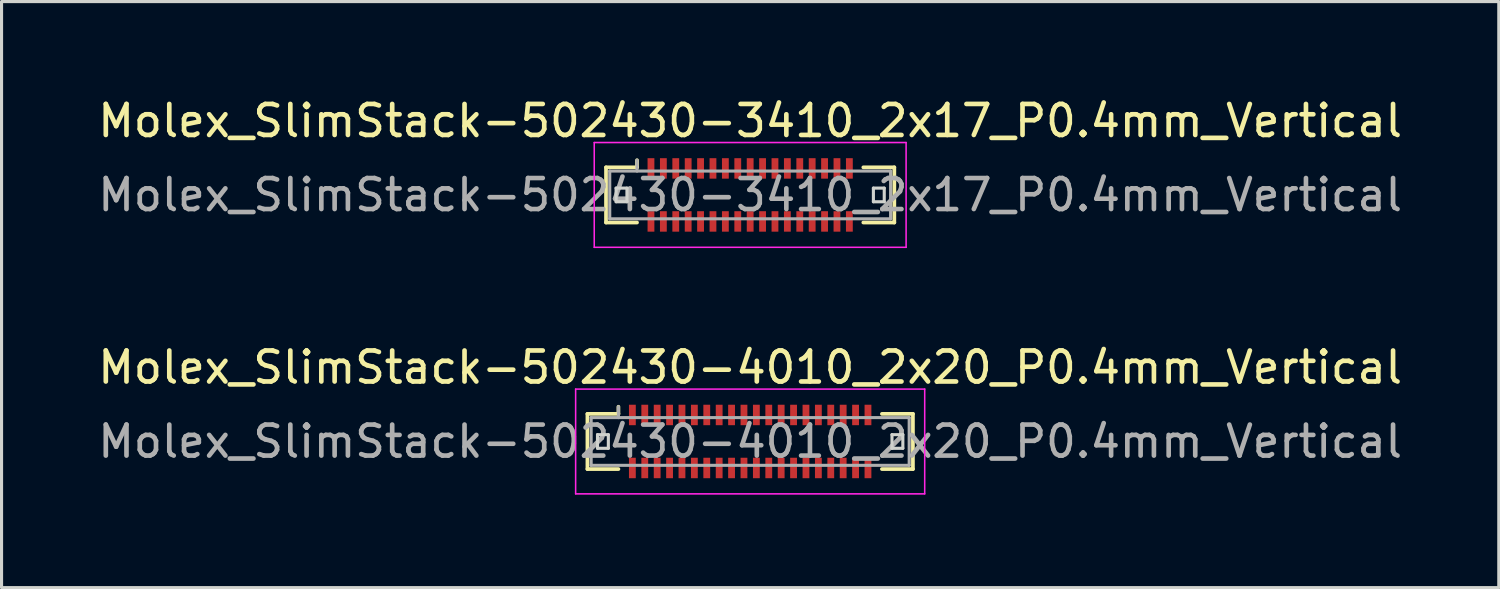
<source format=kicad_pcb>
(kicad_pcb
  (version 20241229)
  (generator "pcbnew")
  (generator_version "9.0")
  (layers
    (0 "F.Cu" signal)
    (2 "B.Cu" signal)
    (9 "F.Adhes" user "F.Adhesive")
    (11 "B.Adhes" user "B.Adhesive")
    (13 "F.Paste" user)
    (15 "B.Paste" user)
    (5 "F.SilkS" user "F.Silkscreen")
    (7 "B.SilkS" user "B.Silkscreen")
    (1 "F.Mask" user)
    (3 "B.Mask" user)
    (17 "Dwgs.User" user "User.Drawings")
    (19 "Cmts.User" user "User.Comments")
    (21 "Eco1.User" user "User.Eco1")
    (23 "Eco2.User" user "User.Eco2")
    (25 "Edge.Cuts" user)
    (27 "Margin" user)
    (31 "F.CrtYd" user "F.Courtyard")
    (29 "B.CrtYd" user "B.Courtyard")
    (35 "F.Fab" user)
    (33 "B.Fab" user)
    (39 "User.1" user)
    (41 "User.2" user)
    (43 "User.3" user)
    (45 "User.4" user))
  (footprint "Molex_SlimStack-502430-4010_2x20_P0.4mm_Vertical"
    (layer "F.Cu")
    (at 21.149 11.191)
    (property "Reference" "Molex_SlimStack-502430-4010_2x20_P0.4mm_Vertical" (at 0 -2.39 0) (layer "F.SilkS") (effects (font (size 1 1) (thickness 0.15))))
    (attr smd)
    (fp_line (start -5.25 -0.89) (end -4.25 -0.89) (stroke (width 0.12) (type solid)) (layer "F.SilkS"))
    (fp_line (start -5.25 0.89) (end -5.25 -0.89) (stroke (width 0.12) (type solid)) (layer "F.SilkS"))
    (fp_line (start -4.25 -0.89) (end -4.25 -1.12) (stroke (width 0.12) (type solid)) (layer "F.SilkS"))
    (fp_line (start -4.25 0.89) (end -5.25 0.89) (stroke (width 0.12) (type solid)) (layer "F.SilkS"))
    (fp_line (start 4.25 0.89) (end 5.25 0.89) (stroke (width 0.12) (type solid)) (layer "F.SilkS"))
    (fp_line (start 5.25 -0.89) (end 4.25 -0.89) (stroke (width 0.12) (type solid)) (layer "F.SilkS"))
    (fp_line (start 5.25 0.89) (end 5.25 -0.89) (stroke (width 0.12) (type solid)) (layer "F.SilkS"))
    (fp_line (start -4.925 -0.22) (end -4.925 0.22) (stroke (width 0.1) (type solid)) (layer "Edge.Cuts"))
    (fp_line (start -4.925 0.22) (end -4.575 0.22) (stroke (width 0.1) (type solid)) (layer "Edge.Cuts"))
    (fp_line (start -4.575 -0.22) (end -4.925 -0.22) (stroke (width 0.1) (type solid)) (layer "Edge.Cuts"))
    (fp_line (start -4.575 0.22) (end -4.575 -0.22) (stroke (width 0.1) (type solid)) (layer "Edge.Cuts"))
    (fp_line (start 4.575 -0.22) (end 4.575 0.22) (stroke (width 0.1) (type solid)) (layer "Edge.Cuts"))
    (fp_line (start 4.575 0.22) (end 4.925 0.22) (stroke (width 0.1) (type solid)) (layer "Edge.Cuts"))
    (fp_line (start 4.925 -0.22) (end 4.575 -0.22) (stroke (width 0.1) (type solid)) (layer "Edge.Cuts"))
    (fp_line (start 4.925 0.22) (end 4.925 -0.22) (stroke (width 0.1) (type solid)) (layer "Edge.Cuts"))
    (fp_line (start -5.63 -1.69) (end -5.63 1.69) (stroke (width 0.05) (type solid)) (layer "F.CrtYd"))
    (fp_line (start -5.63 1.69) (end 5.63 1.69) (stroke (width 0.05) (type solid)) (layer "F.CrtYd"))
    (fp_line (start 5.63 -1.69) (end -5.63 -1.69) (stroke (width 0.05) (type solid)) (layer "F.CrtYd"))
    (fp_line (start 5.63 1.69) (end 5.63 -1.69) (stroke (width 0.05) (type solid)) (layer "F.CrtYd"))
    (fp_line (start -5.13 -0.77) (end -5.13 0.77) (stroke (width 0.1) (type solid)) (layer "F.Fab"))
    (fp_line (start -5.13 0.77) (end 5.13 0.77) (stroke (width 0.1) (type solid)) (layer "F.Fab"))
    (fp_line (start -4.25 -0.77) (end -4.25 -1.12) (stroke (width 0.1) (type solid)) (layer "F.Fab"))
    (fp_line (start 5.13 -0.77) (end -5.13 -0.77) (stroke (width 0.1) (type solid)) (layer "F.Fab"))
    (fp_line (start 5.13 0.77) (end 5.13 -0.77) (stroke (width 0.1) (type solid)) (layer "F.Fab"))
    (fp_text user "${REFERENCE}" (at 0 0 0) (layer "F.Fab") (effects (font (size 1 1) (thickness 0.15))))
    (pad "1" smd rect (at -3.8 -0.855) (size 0.22 0.66) (layers "F.Cu" "F.Mask" "F.Paste"))
    (pad "2" smd rect (at -3.8 0.855) (size 0.22 0.66) (layers "F.Cu" "F.Mask" "F.Paste"))
    (pad "3" smd rect (at -3.4 -0.855) (size 0.22 0.66) (layers "F.Cu" "F.Mask" "F.Paste"))
    (pad "4" smd rect (at -3.4 0.855) (size 0.22 0.66) (layers "F.Cu" "F.Mask" "F.Paste"))
    (pad "5" smd rect (at -3 -0.855) (size 0.22 0.66) (layers "F.Cu" "F.Mask" "F.Paste"))
    (pad "6" smd rect (at -3 0.855) (size 0.22 0.66) (layers "F.Cu" "F.Mask" "F.Paste"))
    (pad "7" smd rect (at -2.6 -0.855) (size 0.22 0.66) (layers "F.Cu" "F.Mask" "F.Paste"))
    (pad "8" smd rect (at -2.6 0.855) (size 0.22 0.66) (layers "F.Cu" "F.Mask" "F.Paste"))
    (pad "9" smd rect (at -2.2 -0.855) (size 0.22 0.66) (layers "F.Cu" "F.Mask" "F.Paste"))
    (pad "10" smd rect (at -2.2 0.855) (size 0.22 0.66) (layers "F.Cu" "F.Mask" "F.Paste"))
    (pad "11" smd rect (at -1.8 -0.855) (size 0.22 0.66) (layers "F.Cu" "F.Mask" "F.Paste"))
    (pad "12" smd rect (at -1.8 0.855) (size 0.22 0.66) (layers "F.Cu" "F.Mask" "F.Paste"))
    (pad "13" smd rect (at -1.4 -0.855) (size 0.22 0.66) (layers "F.Cu" "F.Mask" "F.Paste"))
    (pad "14" smd rect (at -1.4 0.855) (size 0.22 0.66) (layers "F.Cu" "F.Mask" "F.Paste"))
    (pad "15" smd rect (at -1 -0.855) (size 0.22 0.66) (layers "F.Cu" "F.Mask" "F.Paste"))
    (pad "16" smd rect (at -1 0.855) (size 0.22 0.66) (layers "F.Cu" "F.Mask" "F.Paste"))
    (pad "17" smd rect (at -0.6 -0.855) (size 0.22 0.66) (layers "F.Cu" "F.Mask" "F.Paste"))
    (pad "18" smd rect (at -0.6 0.855) (size 0.22 0.66) (layers "F.Cu" "F.Mask" "F.Paste"))
    (pad "19" smd rect (at -0.2 -0.855) (size 0.22 0.66) (layers "F.Cu" "F.Mask" "F.Paste"))
    (pad "20" smd rect (at -0.2 0.855) (size 0.22 0.66) (layers "F.Cu" "F.Mask" "F.Paste"))
    (pad "21" smd rect (at 0.2 -0.855) (size 0.22 0.66) (layers "F.Cu" "F.Mask" "F.Paste"))
    (pad "22" smd rect (at 0.2 0.855) (size 0.22 0.66) (layers "F.Cu" "F.Mask" "F.Paste"))
    (pad "23" smd rect (at 0.6 -0.855) (size 0.22 0.66) (layers "F.Cu" "F.Mask" "F.Paste"))
    (pad "24" smd rect (at 0.6 0.855) (size 0.22 0.66) (layers "F.Cu" "F.Mask" "F.Paste"))
    (pad "25" smd rect (at 1 -0.855) (size 0.22 0.66) (layers "F.Cu" "F.Mask" "F.Paste"))
    (pad "26" smd rect (at 1 0.855) (size 0.22 0.66) (layers "F.Cu" "F.Mask" "F.Paste"))
    (pad "27" smd rect (at 1.4 -0.855) (size 0.22 0.66) (layers "F.Cu" "F.Mask" "F.Paste"))
    (pad "28" smd rect (at 1.4 0.855) (size 0.22 0.66) (layers "F.Cu" "F.Mask" "F.Paste"))
    (pad "29" smd rect (at 1.8 -0.855) (size 0.22 0.66) (layers "F.Cu" "F.Mask" "F.Paste"))
    (pad "30" smd rect (at 1.8 0.855) (size 0.22 0.66) (layers "F.Cu" "F.Mask" "F.Paste"))
    (pad "31" smd rect (at 2.2 -0.855) (size 0.22 0.66) (layers "F.Cu" "F.Mask" "F.Paste"))
    (pad "32" smd rect (at 2.2 0.855) (size 0.22 0.66) (layers "F.Cu" "F.Mask" "F.Paste"))
    (pad "33" smd rect (at 2.6 -0.855) (size 0.22 0.66) (layers "F.Cu" "F.Mask" "F.Paste"))
    (pad "34" smd rect (at 2.6 0.855) (size 0.22 0.66) (layers "F.Cu" "F.Mask" "F.Paste"))
    (pad "35" smd rect (at 3 -0.855) (size 0.22 0.66) (layers "F.Cu" "F.Mask" "F.Paste"))
    (pad "36" smd rect (at 3 0.855) (size 0.22 0.66) (layers "F.Cu" "F.Mask" "F.Paste"))
    (pad "37" smd rect (at 3.4 -0.855) (size 0.22 0.66) (layers "F.Cu" "F.Mask" "F.Paste"))
    (pad "38" smd rect (at 3.4 0.855) (size 0.22 0.66) (layers "F.Cu" "F.Mask" "F.Paste"))
    (pad "39" smd rect (at 3.8 -0.855) (size 0.22 0.66) (layers "F.Cu" "F.Mask" "F.Paste"))
    (pad "40" smd rect (at 3.8 0.855) (size 0.22 0.66) (layers "F.Cu" "F.Mask" "F.Paste")))
  (footprint "Molex_SlimStack-502430-3410_2x17_P0.4mm_Vertical"
    (layer "F.Cu")
    (at 21.149 3.238)
    (property "Reference" "Molex_SlimStack-502430-3410_2x17_P0.4mm_Vertical" (at 0 -2.39 0) (layer "F.SilkS") (effects (font (size 1 1) (thickness 0.15))))
    (attr smd)
    (fp_line (start -4.65 -0.89) (end -3.65 -0.89) (stroke (width 0.12) (type solid)) (layer "F.SilkS"))
    (fp_line (start -4.65 0.89) (end -4.65 -0.89) (stroke (width 0.12) (type solid)) (layer "F.SilkS"))
    (fp_line (start -3.65 -0.89) (end -3.65 -1.12) (stroke (width 0.12) (type solid)) (layer "F.SilkS"))
    (fp_line (start -3.65 0.89) (end -4.65 0.89) (stroke (width 0.12) (type solid)) (layer "F.SilkS"))
    (fp_line (start 3.65 0.89) (end 4.65 0.89) (stroke (width 0.12) (type solid)) (layer "F.SilkS"))
    (fp_line (start 4.65 -0.89) (end 3.65 -0.89) (stroke (width 0.12) (type solid)) (layer "F.SilkS"))
    (fp_line (start 4.65 0.89) (end 4.65 -0.89) (stroke (width 0.12) (type solid)) (layer "F.SilkS"))
    (fp_line (start -4.325 -0.22) (end -4.325 0.22) (stroke (width 0.1) (type solid)) (layer "Edge.Cuts"))
    (fp_line (start -4.325 0.22) (end -3.975 0.22) (stroke (width 0.1) (type solid)) (layer "Edge.Cuts"))
    (fp_line (start -3.975 -0.22) (end -4.325 -0.22) (stroke (width 0.1) (type solid)) (layer "Edge.Cuts"))
    (fp_line (start -3.975 0.22) (end -3.975 -0.22) (stroke (width 0.1) (type solid)) (layer "Edge.Cuts"))
    (fp_line (start 3.975 -0.22) (end 3.975 0.22) (stroke (width 0.1) (type solid)) (layer "Edge.Cuts"))
    (fp_line (start 3.975 0.22) (end 4.325 0.22) (stroke (width 0.1) (type solid)) (layer "Edge.Cuts"))
    (fp_line (start 4.325 -0.22) (end 3.975 -0.22) (stroke (width 0.1) (type solid)) (layer "Edge.Cuts"))
    (fp_line (start 4.325 0.22) (end 4.325 -0.22) (stroke (width 0.1) (type solid)) (layer "Edge.Cuts"))
    (fp_line (start -5.03 -1.69) (end -5.03 1.69) (stroke (width 0.05) (type solid)) (layer "F.CrtYd"))
    (fp_line (start -5.03 1.69) (end 5.03 1.69) (stroke (width 0.05) (type solid)) (layer "F.CrtYd"))
    (fp_line (start 5.03 -1.69) (end -5.03 -1.69) (stroke (width 0.05) (type solid)) (layer "F.CrtYd"))
    (fp_line (start 5.03 1.69) (end 5.03 -1.69) (stroke (width 0.05) (type solid)) (layer "F.CrtYd"))
    (fp_line (start -4.53 -0.77) (end -4.53 0.77) (stroke (width 0.1) (type solid)) (layer "F.Fab"))
    (fp_line (start -4.53 0.77) (end 4.53 0.77) (stroke (width 0.1) (type solid)) (layer "F.Fab"))
    (fp_line (start -3.65 -0.77) (end -3.65 -1.12) (stroke (width 0.1) (type solid)) (layer "F.Fab"))
    (fp_line (start 4.53 -0.77) (end -4.53 -0.77) (stroke (width 0.1) (type solid)) (layer "F.Fab"))
    (fp_line (start 4.53 0.77) (end 4.53 -0.77) (stroke (width 0.1) (type solid)) (layer "F.Fab"))
    (fp_text user "${REFERENCE}" (at 0 0 0) (layer "F.Fab") (effects (font (size 1 1) (thickness 0.15))))
    (pad "1" smd rect (at -3.2 -0.855) (size 0.22 0.66) (layers "F.Cu" "F.Mask" "F.Paste"))
    (pad "2" smd rect (at -3.2 0.855) (size 0.22 0.66) (layers "F.Cu" "F.Mask" "F.Paste"))
    (pad "3" smd rect (at -2.8 -0.855) (size 0.22 0.66) (layers "F.Cu" "F.Mask" "F.Paste"))
    (pad "4" smd rect (at -2.8 0.855) (size 0.22 0.66) (layers "F.Cu" "F.Mask" "F.Paste"))
    (pad "5" smd rect (at -2.4 -0.855) (size 0.22 0.66) (layers "F.Cu" "F.Mask" "F.Paste"))
    (pad "6" smd rect (at -2.4 0.855) (size 0.22 0.66) (layers "F.Cu" "F.Mask" "F.Paste"))
    (pad "7" smd rect (at -2 -0.855) (size 0.22 0.66) (layers "F.Cu" "F.Mask" "F.Paste"))
    (pad "8" smd rect (at -2 0.855) (size 0.22 0.66) (layers "F.Cu" "F.Mask" "F.Paste"))
    (pad "9" smd rect (at -1.6 -0.855) (size 0.22 0.66) (layers "F.Cu" "F.Mask" "F.Paste"))
    (pad "10" smd rect (at -1.6 0.855) (size 0.22 0.66) (layers "F.Cu" "F.Mask" "F.Paste"))
    (pad "11" smd rect (at -1.2 -0.855) (size 0.22 0.66) (layers "F.Cu" "F.Mask" "F.Paste"))
    (pad "12" smd rect (at -1.2 0.855) (size 0.22 0.66) (layers "F.Cu" "F.Mask" "F.Paste"))
    (pad "13" smd rect (at -0.8 -0.855) (size 0.22 0.66) (layers "F.Cu" "F.Mask" "F.Paste"))
    (pad "14" smd rect (at -0.8 0.855) (size 0.22 0.66) (layers "F.Cu" "F.Mask" "F.Paste"))
    (pad "15" smd rect (at -0.4 -0.855) (size 0.22 0.66) (layers "F.Cu" "F.Mask" "F.Paste"))
    (pad "16" smd rect (at -0.4 0.855) (size 0.22 0.66) (layers "F.Cu" "F.Mask" "F.Paste"))
    (pad "17" smd rect (at 0 -0.855) (size 0.22 0.66) (layers "F.Cu" "F.Mask" "F.Paste"))
    (pad "18" smd rect (at 0 0.855) (size 0.22 0.66) (layers "F.Cu" "F.Mask" "F.Paste"))
    (pad "19" smd rect (at 0.4 -0.855) (size 0.22 0.66) (layers "F.Cu" "F.Mask" "F.Paste"))
    (pad "20" smd rect (at 0.4 0.855) (size 0.22 0.66) (layers "F.Cu" "F.Mask" "F.Paste"))
    (pad "21" smd rect (at 0.8 -0.855) (size 0.22 0.66) (layers "F.Cu" "F.Mask" "F.Paste"))
    (pad "22" smd rect (at 0.8 0.855) (size 0.22 0.66) (layers "F.Cu" "F.Mask" "F.Paste"))
    (pad "23" smd rect (at 1.2 -0.855) (size 0.22 0.66) (layers "F.Cu" "F.Mask" "F.Paste"))
    (pad "24" smd rect (at 1.2 0.855) (size 0.22 0.66) (layers "F.Cu" "F.Mask" "F.Paste"))
    (pad "25" smd rect (at 1.6 -0.855) (size 0.22 0.66) (layers "F.Cu" "F.Mask" "F.Paste"))
    (pad "26" smd rect (at 1.6 0.855) (size 0.22 0.66) (layers "F.Cu" "F.Mask" "F.Paste"))
    (pad "27" smd rect (at 2 -0.855) (size 0.22 0.66) (layers "F.Cu" "F.Mask" "F.Paste"))
    (pad "28" smd rect (at 2 0.855) (size 0.22 0.66) (layers "F.Cu" "F.Mask" "F.Paste"))
    (pad "29" smd rect (at 2.4 -0.855) (size 0.22 0.66) (layers "F.Cu" "F.Mask" "F.Paste"))
    (pad "30" smd rect (at 2.4 0.855) (size 0.22 0.66) (layers "F.Cu" "F.Mask" "F.Paste"))
    (pad "31" smd rect (at 2.8 -0.855) (size 0.22 0.66) (layers "F.Cu" "F.Mask" "F.Paste"))
    (pad "32" smd rect (at 2.8 0.855) (size 0.22 0.66) (layers "F.Cu" "F.Mask" "F.Paste"))
    (pad "33" smd rect (at 3.2 -0.855) (size 0.22 0.66) (layers "F.Cu" "F.Mask" "F.Paste"))
    (pad "34" smd rect (at 3.2 0.855) (size 0.22 0.66) (layers "F.Cu" "F.Mask" "F.Paste")))
  (gr_rect
    (start -3 -3)
    (end 45.298 15.906)
    (stroke (width 0.1) (type default))
    (fill no)
    (layer "Edge.Cuts")))
</source>
